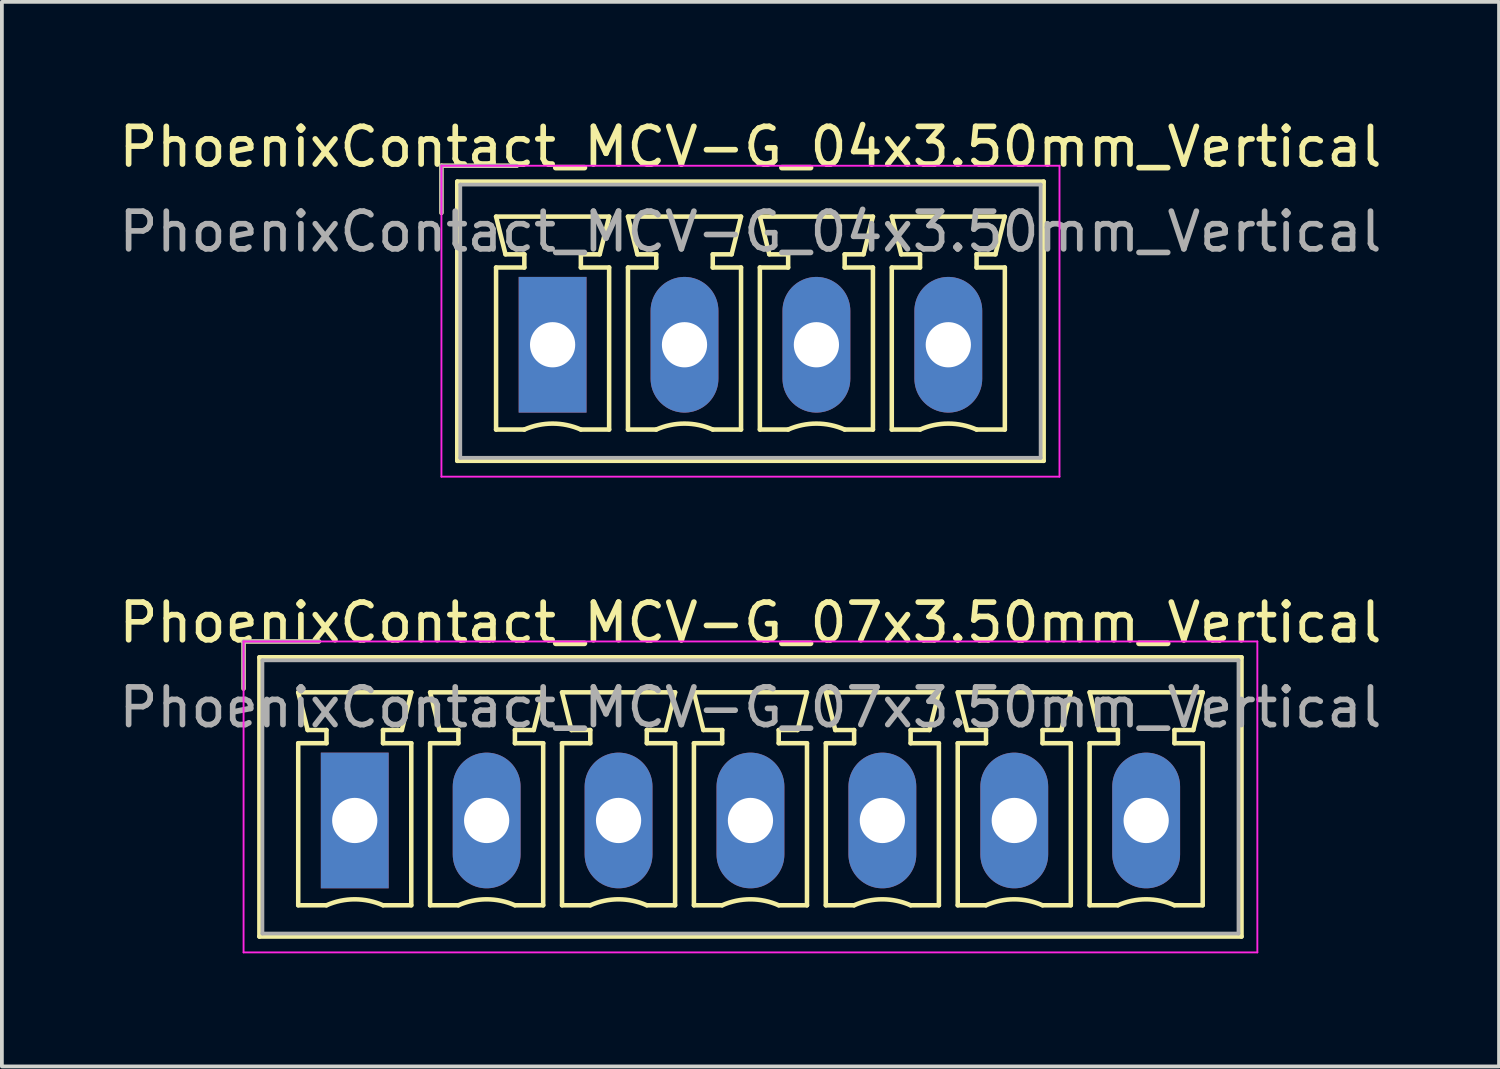
<source format=kicad_pcb>
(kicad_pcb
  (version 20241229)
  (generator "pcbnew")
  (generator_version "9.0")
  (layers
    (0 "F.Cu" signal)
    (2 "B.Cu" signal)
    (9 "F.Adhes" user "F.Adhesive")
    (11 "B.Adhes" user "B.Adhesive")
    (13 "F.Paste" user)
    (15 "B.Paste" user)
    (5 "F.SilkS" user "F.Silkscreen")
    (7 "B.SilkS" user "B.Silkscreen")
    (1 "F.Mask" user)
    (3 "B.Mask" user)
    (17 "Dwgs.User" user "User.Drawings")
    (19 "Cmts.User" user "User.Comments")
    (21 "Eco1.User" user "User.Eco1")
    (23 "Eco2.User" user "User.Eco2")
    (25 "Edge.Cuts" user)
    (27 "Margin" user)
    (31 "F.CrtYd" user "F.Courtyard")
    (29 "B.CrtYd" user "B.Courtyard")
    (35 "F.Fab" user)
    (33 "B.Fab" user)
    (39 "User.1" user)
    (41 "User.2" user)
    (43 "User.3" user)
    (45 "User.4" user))
  (footprint "PhoenixContact_MCV-G_07x3.50mm_Vertical"
    (layer "F.Cu")
    (at 6.363 18.721)
    (property "Reference" "PhoenixContact_MCV-G_07x3.50mm_Vertical" (at 10.5 -5.25 0) (layer "F.SilkS") (effects (font (size 1 1) (thickness 0.15))))
    (attr through_hole)
    (fp_line (start -2.95 -4.75) (end -0.95 -4.75) (stroke (width 0.12) (type solid)) (layer "F.SilkS"))
    (fp_line (start -2.95 -3.5) (end -2.95 -4.75) (stroke (width 0.12) (type solid)) (layer "F.SilkS"))
    (fp_line (start -2.53 -4.33) (end -2.53 3.08) (stroke (width 0.12) (type solid)) (layer "F.SilkS"))
    (fp_line (start -2.53 3.08) (end 23.53 3.08) (stroke (width 0.12) (type solid)) (layer "F.SilkS"))
    (fp_line (start -1.5 -3.4) (end 1.5 -3.4) (stroke (width 0.12) (type solid)) (layer "F.SilkS"))
    (fp_line (start -1.5 -2.05) (end -0.75 -2.05) (stroke (width 0.12) (type solid)) (layer "F.SilkS"))
    (fp_line (start -1.5 2.25) (end -1.5 -2.05) (stroke (width 0.12) (type solid)) (layer "F.SilkS"))
    (fp_line (start -1.25 -2.4) (end -1.5 -3.4) (stroke (width 0.12) (type solid)) (layer "F.SilkS"))
    (fp_line (start -0.75 -2.4) (end -1.25 -2.4) (stroke (width 0.12) (type solid)) (layer "F.SilkS"))
    (fp_line (start -0.75 -2.05) (end -0.75 -2.4) (stroke (width 0.12) (type solid)) (layer "F.SilkS"))
    (fp_line (start -0.75 2.25) (end -1.5 2.25) (stroke (width 0.12) (type solid)) (layer "F.SilkS"))
    (fp_line (start 0.75 -2.4) (end 0.75 -2.05) (stroke (width 0.12) (type solid)) (layer "F.SilkS"))
    (fp_line (start 0.75 -2.05) (end 1.5 -2.05) (stroke (width 0.12) (type solid)) (layer "F.SilkS"))
    (fp_line (start 1.25 -2.4) (end 0.75 -2.4) (stroke (width 0.12) (type solid)) (layer "F.SilkS"))
    (fp_line (start 1.5 -3.4) (end 1.25 -2.4) (stroke (width 0.12) (type solid)) (layer "F.SilkS"))
    (fp_line (start 1.5 -2.05) (end 1.5 2.25) (stroke (width 0.12) (type solid)) (layer "F.SilkS"))
    (fp_line (start 1.5 2.25) (end 0.75 2.25) (stroke (width 0.12) (type solid)) (layer "F.SilkS"))
    (fp_line (start 2 -3.4) (end 5 -3.4) (stroke (width 0.12) (type solid)) (layer "F.SilkS"))
    (fp_line (start 2 -2.05) (end 2.75 -2.05) (stroke (width 0.12) (type solid)) (layer "F.SilkS"))
    (fp_line (start 2 2.25) (end 2 -2.05) (stroke (width 0.12) (type solid)) (layer "F.SilkS"))
    (fp_line (start 2.25 -2.4) (end 2 -3.4) (stroke (width 0.12) (type solid)) (layer "F.SilkS"))
    (fp_line (start 2.75 -2.4) (end 2.25 -2.4) (stroke (width 0.12) (type solid)) (layer "F.SilkS"))
    (fp_line (start 2.75 -2.05) (end 2.75 -2.4) (stroke (width 0.12) (type solid)) (layer "F.SilkS"))
    (fp_line (start 2.75 2.25) (end 2 2.25) (stroke (width 0.12) (type solid)) (layer "F.SilkS"))
    (fp_line (start 4.25 -2.4) (end 4.25 -2.05) (stroke (width 0.12) (type solid)) (layer "F.SilkS"))
    (fp_line (start 4.25 -2.05) (end 5 -2.05) (stroke (width 0.12) (type solid)) (layer "F.SilkS"))
    (fp_line (start 4.75 -2.4) (end 4.25 -2.4) (stroke (width 0.12) (type solid)) (layer "F.SilkS"))
    (fp_line (start 5 -3.4) (end 4.75 -2.4) (stroke (width 0.12) (type solid)) (layer "F.SilkS"))
    (fp_line (start 5 -2.05) (end 5 2.25) (stroke (width 0.12) (type solid)) (layer "F.SilkS"))
    (fp_line (start 5 2.25) (end 4.25 2.25) (stroke (width 0.12) (type solid)) (layer "F.SilkS"))
    (fp_line (start 5.5 -3.4) (end 8.5 -3.4) (stroke (width 0.12) (type solid)) (layer "F.SilkS"))
    (fp_line (start 5.5 -2.05) (end 6.25 -2.05) (stroke (width 0.12) (type solid)) (layer "F.SilkS"))
    (fp_line (start 5.5 2.25) (end 5.5 -2.05) (stroke (width 0.12) (type solid)) (layer "F.SilkS"))
    (fp_line (start 5.75 -2.4) (end 5.5 -3.4) (stroke (width 0.12) (type solid)) (layer "F.SilkS"))
    (fp_line (start 6.25 -2.4) (end 5.75 -2.4) (stroke (width 0.12) (type solid)) (layer "F.SilkS"))
    (fp_line (start 6.25 -2.05) (end 6.25 -2.4) (stroke (width 0.12) (type solid)) (layer "F.SilkS"))
    (fp_line (start 6.25 2.25) (end 5.5 2.25) (stroke (width 0.12) (type solid)) (layer "F.SilkS"))
    (fp_line (start 7.75 -2.4) (end 7.75 -2.05) (stroke (width 0.12) (type solid)) (layer "F.SilkS"))
    (fp_line (start 7.75 -2.05) (end 8.5 -2.05) (stroke (width 0.12) (type solid)) (layer "F.SilkS"))
    (fp_line (start 8.25 -2.4) (end 7.75 -2.4) (stroke (width 0.12) (type solid)) (layer "F.SilkS"))
    (fp_line (start 8.5 -3.4) (end 8.25 -2.4) (stroke (width 0.12) (type solid)) (layer "F.SilkS"))
    (fp_line (start 8.5 -2.05) (end 8.5 2.25) (stroke (width 0.12) (type solid)) (layer "F.SilkS"))
    (fp_line (start 8.5 2.25) (end 7.75 2.25) (stroke (width 0.12) (type solid)) (layer "F.SilkS"))
    (fp_line (start 9 -3.4) (end 12 -3.4) (stroke (width 0.12) (type solid)) (layer "F.SilkS"))
    (fp_line (start 9 -2.05) (end 9.75 -2.05) (stroke (width 0.12) (type solid)) (layer "F.SilkS"))
    (fp_line (start 9 2.25) (end 9 -2.05) (stroke (width 0.12) (type solid)) (layer "F.SilkS"))
    (fp_line (start 9.25 -2.4) (end 9 -3.4) (stroke (width 0.12) (type solid)) (layer "F.SilkS"))
    (fp_line (start 9.75 -2.4) (end 9.25 -2.4) (stroke (width 0.12) (type solid)) (layer "F.SilkS"))
    (fp_line (start 9.75 -2.05) (end 9.75 -2.4) (stroke (width 0.12) (type solid)) (layer "F.SilkS"))
    (fp_line (start 9.75 2.25) (end 9 2.25) (stroke (width 0.12) (type solid)) (layer "F.SilkS"))
    (fp_line (start 11.25 -2.4) (end 11.25 -2.05) (stroke (width 0.12) (type solid)) (layer "F.SilkS"))
    (fp_line (start 11.25 -2.05) (end 12 -2.05) (stroke (width 0.12) (type solid)) (layer "F.SilkS"))
    (fp_line (start 11.75 -2.4) (end 11.25 -2.4) (stroke (width 0.12) (type solid)) (layer "F.SilkS"))
    (fp_line (start 12 -3.4) (end 11.75 -2.4) (stroke (width 0.12) (type solid)) (layer "F.SilkS"))
    (fp_line (start 12 -2.05) (end 12 2.25) (stroke (width 0.12) (type solid)) (layer "F.SilkS"))
    (fp_line (start 12 2.25) (end 11.25 2.25) (stroke (width 0.12) (type solid)) (layer "F.SilkS"))
    (fp_line (start 12.5 -3.4) (end 15.5 -3.4) (stroke (width 0.12) (type solid)) (layer "F.SilkS"))
    (fp_line (start 12.5 -2.05) (end 13.25 -2.05) (stroke (width 0.12) (type solid)) (layer "F.SilkS"))
    (fp_line (start 12.5 2.25) (end 12.5 -2.05) (stroke (width 0.12) (type solid)) (layer "F.SilkS"))
    (fp_line (start 12.75 -2.4) (end 12.5 -3.4) (stroke (width 0.12) (type solid)) (layer "F.SilkS"))
    (fp_line (start 13.25 -2.4) (end 12.75 -2.4) (stroke (width 0.12) (type solid)) (layer "F.SilkS"))
    (fp_line (start 13.25 -2.05) (end 13.25 -2.4) (stroke (width 0.12) (type solid)) (layer "F.SilkS"))
    (fp_line (start 13.25 2.25) (end 12.5 2.25) (stroke (width 0.12) (type solid)) (layer "F.SilkS"))
    (fp_line (start 14.75 -2.4) (end 14.75 -2.05) (stroke (width 0.12) (type solid)) (layer "F.SilkS"))
    (fp_line (start 14.75 -2.05) (end 15.5 -2.05) (stroke (width 0.12) (type solid)) (layer "F.SilkS"))
    (fp_line (start 15.25 -2.4) (end 14.75 -2.4) (stroke (width 0.12) (type solid)) (layer "F.SilkS"))
    (fp_line (start 15.5 -3.4) (end 15.25 -2.4) (stroke (width 0.12) (type solid)) (layer "F.SilkS"))
    (fp_line (start 15.5 -2.05) (end 15.5 2.25) (stroke (width 0.12) (type solid)) (layer "F.SilkS"))
    (fp_line (start 15.5 2.25) (end 14.75 2.25) (stroke (width 0.12) (type solid)) (layer "F.SilkS"))
    (fp_line (start 16 -3.4) (end 19 -3.4) (stroke (width 0.12) (type solid)) (layer "F.SilkS"))
    (fp_line (start 16 -2.05) (end 16.75 -2.05) (stroke (width 0.12) (type solid)) (layer "F.SilkS"))
    (fp_line (start 16 2.25) (end 16 -2.05) (stroke (width 0.12) (type solid)) (layer "F.SilkS"))
    (fp_line (start 16.25 -2.4) (end 16 -3.4) (stroke (width 0.12) (type solid)) (layer "F.SilkS"))
    (fp_line (start 16.75 -2.4) (end 16.25 -2.4) (stroke (width 0.12) (type solid)) (layer "F.SilkS"))
    (fp_line (start 16.75 -2.05) (end 16.75 -2.4) (stroke (width 0.12) (type solid)) (layer "F.SilkS"))
    (fp_line (start 16.75 2.25) (end 16 2.25) (stroke (width 0.12) (type solid)) (layer "F.SilkS"))
    (fp_line (start 18.25 -2.4) (end 18.25 -2.05) (stroke (width 0.12) (type solid)) (layer "F.SilkS"))
    (fp_line (start 18.25 -2.05) (end 19 -2.05) (stroke (width 0.12) (type solid)) (layer "F.SilkS"))
    (fp_line (start 18.75 -2.4) (end 18.25 -2.4) (stroke (width 0.12) (type solid)) (layer "F.SilkS"))
    (fp_line (start 19 -3.4) (end 18.75 -2.4) (stroke (width 0.12) (type solid)) (layer "F.SilkS"))
    (fp_line (start 19 -2.05) (end 19 2.25) (stroke (width 0.12) (type solid)) (layer "F.SilkS"))
    (fp_line (start 19 2.25) (end 18.25 2.25) (stroke (width 0.12) (type solid)) (layer "F.SilkS"))
    (fp_line (start 19.5 -3.4) (end 22.5 -3.4) (stroke (width 0.12) (type solid)) (layer "F.SilkS"))
    (fp_line (start 19.5 -2.05) (end 20.25 -2.05) (stroke (width 0.12) (type solid)) (layer "F.SilkS"))
    (fp_line (start 19.5 2.25) (end 19.5 -2.05) (stroke (width 0.12) (type solid)) (layer "F.SilkS"))
    (fp_line (start 19.75 -2.4) (end 19.5 -3.4) (stroke (width 0.12) (type solid)) (layer "F.SilkS"))
    (fp_line (start 20.25 -2.4) (end 19.75 -2.4) (stroke (width 0.12) (type solid)) (layer "F.SilkS"))
    (fp_line (start 20.25 -2.05) (end 20.25 -2.4) (stroke (width 0.12) (type solid)) (layer "F.SilkS"))
    (fp_line (start 20.25 2.25) (end 19.5 2.25) (stroke (width 0.12) (type solid)) (layer "F.SilkS"))
    (fp_line (start 21.75 -2.4) (end 21.75 -2.05) (stroke (width 0.12) (type solid)) (layer "F.SilkS"))
    (fp_line (start 21.75 -2.05) (end 22.5 -2.05) (stroke (width 0.12) (type solid)) (layer "F.SilkS"))
    (fp_line (start 22.25 -2.4) (end 21.75 -2.4) (stroke (width 0.12) (type solid)) (layer "F.SilkS"))
    (fp_line (start 22.5 -3.4) (end 22.25 -2.4) (stroke (width 0.12) (type solid)) (layer "F.SilkS"))
    (fp_line (start 22.5 -2.05) (end 22.5 2.25) (stroke (width 0.12) (type solid)) (layer "F.SilkS"))
    (fp_line (start 22.5 2.25) (end 21.75 2.25) (stroke (width 0.12) (type solid)) (layer "F.SilkS"))
    (fp_line (start 23.53 -4.33) (end -2.53 -4.33) (stroke (width 0.12) (type solid)) (layer "F.SilkS"))
    (fp_line (start 23.53 3.08) (end 23.53 -4.33) (stroke (width 0.12) (type solid)) (layer "F.SilkS"))
    (fp_arc (start -0.75 2.25) (mid -0.000193 2.09191) (end 0.749647 2.249844) (stroke (width 0.12) (type solid)) (layer "F.SilkS"))
    (fp_arc (start 2.75 2.25) (mid 3.499807 2.09191) (end 4.249647 2.249844) (stroke (width 0.12) (type solid)) (layer "F.SilkS"))
    (fp_arc (start 6.25 2.25) (mid 6.999807 2.09191) (end 7.749647 2.249844) (stroke (width 0.12) (type solid)) (layer "F.SilkS"))
    (fp_arc (start 9.75 2.25) (mid 10.499807 2.09191) (end 11.249647 2.249844) (stroke (width 0.12) (type solid)) (layer "F.SilkS"))
    (fp_arc (start 13.25 2.25) (mid 13.999807 2.09191) (end 14.749647 2.249844) (stroke (width 0.12) (type solid)) (layer "F.SilkS"))
    (fp_arc (start 16.75 2.25) (mid 17.499807 2.09191) (end 18.249647 2.249844) (stroke (width 0.12) (type solid)) (layer "F.SilkS"))
    (fp_arc (start 20.25 2.25) (mid 20.999807 2.09191) (end 21.749647 2.249844) (stroke (width 0.12) (type solid)) (layer "F.SilkS"))
    (fp_line (start -2.95 -4.75) (end -2.95 3.5) (stroke (width 0.05) (type solid)) (layer "F.CrtYd"))
    (fp_line (start -2.95 3.5) (end 23.95 3.5) (stroke (width 0.05) (type solid)) (layer "F.CrtYd"))
    (fp_line (start 23.95 -4.75) (end -2.95 -4.75) (stroke (width 0.05) (type solid)) (layer "F.CrtYd"))
    (fp_line (start 23.95 3.5) (end 23.95 -4.75) (stroke (width 0.05) (type solid)) (layer "F.CrtYd"))
    (fp_line (start -2.95 -4.75) (end -0.95 -4.75) (stroke (width 0.1) (type solid)) (layer "F.Fab"))
    (fp_line (start -2.95 -3.5) (end -2.95 -4.75) (stroke (width 0.1) (type solid)) (layer "F.Fab"))
    (fp_line (start -2.45 -4.25) (end -2.45 3) (stroke (width 0.1) (type solid)) (layer "F.Fab"))
    (fp_line (start -2.45 3) (end 23.45 3) (stroke (width 0.1) (type solid)) (layer "F.Fab"))
    (fp_line (start 23.45 -4.25) (end -2.45 -4.25) (stroke (width 0.1) (type solid)) (layer "F.Fab"))
    (fp_line (start 23.45 3) (end 23.45 -4.25) (stroke (width 0.1) (type solid)) (layer "F.Fab"))
    (fp_text user "${REFERENCE}" (at 10.5 -3 0) (layer "F.Fab") (effects (font (size 1 1) (thickness 0.15))))
    (pad "1" thru_hole rect (at 0 0) (size 1.8 3.6) (drill 1.2) (layers "*.Cu" "*.Mask"))
    (pad "2" thru_hole oval (at 3.5 0) (size 1.8 3.6) (drill 1.2) (layers "*.Cu" "*.Mask"))
    (pad "3" thru_hole oval (at 7 0) (size 1.8 3.6) (drill 1.2) (layers "*.Cu" "*.Mask"))
    (pad "4" thru_hole oval (at 10.5 0) (size 1.8 3.6) (drill 1.2) (layers "*.Cu" "*.Mask"))
    (pad "5" thru_hole oval (at 14 0) (size 1.8 3.6) (drill 1.2) (layers "*.Cu" "*.Mask"))
    (pad "6" thru_hole oval (at 17.5 0) (size 1.8 3.6) (drill 1.2) (layers "*.Cu" "*.Mask"))
    (pad "7" thru_hole oval (at 21 0) (size 1.8 3.6) (drill 1.2) (layers "*.Cu" "*.Mask")))
  (footprint "PhoenixContact_MCV-G_04x3.50mm_Vertical"
    (layer "F.Cu")
    (at 11.613 6.098)
    (property "Reference" "PhoenixContact_MCV-G_04x3.50mm_Vertical" (at 5.25 -5.25 0) (layer "F.SilkS") (effects (font (size 1 1) (thickness 0.15))))
    (attr through_hole)
    (fp_line (start -2.95 -4.75) (end -0.95 -4.75) (stroke (width 0.12) (type solid)) (layer "F.SilkS"))
    (fp_line (start -2.95 -3.5) (end -2.95 -4.75) (stroke (width 0.12) (type solid)) (layer "F.SilkS"))
    (fp_line (start -2.53 -4.33) (end -2.53 3.08) (stroke (width 0.12) (type solid)) (layer "F.SilkS"))
    (fp_line (start -2.53 3.08) (end 13.03 3.08) (stroke (width 0.12) (type solid)) (layer "F.SilkS"))
    (fp_line (start -1.5 -3.4) (end 1.5 -3.4) (stroke (width 0.12) (type solid)) (layer "F.SilkS"))
    (fp_line (start -1.5 -2.05) (end -0.75 -2.05) (stroke (width 0.12) (type solid)) (layer "F.SilkS"))
    (fp_line (start -1.5 2.25) (end -1.5 -2.05) (stroke (width 0.12) (type solid)) (layer "F.SilkS"))
    (fp_line (start -1.25 -2.4) (end -1.5 -3.4) (stroke (width 0.12) (type solid)) (layer "F.SilkS"))
    (fp_line (start -0.75 -2.4) (end -1.25 -2.4) (stroke (width 0.12) (type solid)) (layer "F.SilkS"))
    (fp_line (start -0.75 -2.05) (end -0.75 -2.4) (stroke (width 0.12) (type solid)) (layer "F.SilkS"))
    (fp_line (start -0.75 2.25) (end -1.5 2.25) (stroke (width 0.12) (type solid)) (layer "F.SilkS"))
    (fp_line (start 0.75 -2.4) (end 0.75 -2.05) (stroke (width 0.12) (type solid)) (layer "F.SilkS"))
    (fp_line (start 0.75 -2.05) (end 1.5 -2.05) (stroke (width 0.12) (type solid)) (layer "F.SilkS"))
    (fp_line (start 1.25 -2.4) (end 0.75 -2.4) (stroke (width 0.12) (type solid)) (layer "F.SilkS"))
    (fp_line (start 1.5 -3.4) (end 1.25 -2.4) (stroke (width 0.12) (type solid)) (layer "F.SilkS"))
    (fp_line (start 1.5 -2.05) (end 1.5 2.25) (stroke (width 0.12) (type solid)) (layer "F.SilkS"))
    (fp_line (start 1.5 2.25) (end 0.75 2.25) (stroke (width 0.12) (type solid)) (layer "F.SilkS"))
    (fp_line (start 2 -3.4) (end 5 -3.4) (stroke (width 0.12) (type solid)) (layer "F.SilkS"))
    (fp_line (start 2 -2.05) (end 2.75 -2.05) (stroke (width 0.12) (type solid)) (layer "F.SilkS"))
    (fp_line (start 2 2.25) (end 2 -2.05) (stroke (width 0.12) (type solid)) (layer "F.SilkS"))
    (fp_line (start 2.25 -2.4) (end 2 -3.4) (stroke (width 0.12) (type solid)) (layer "F.SilkS"))
    (fp_line (start 2.75 -2.4) (end 2.25 -2.4) (stroke (width 0.12) (type solid)) (layer "F.SilkS"))
    (fp_line (start 2.75 -2.05) (end 2.75 -2.4) (stroke (width 0.12) (type solid)) (layer "F.SilkS"))
    (fp_line (start 2.75 2.25) (end 2 2.25) (stroke (width 0.12) (type solid)) (layer "F.SilkS"))
    (fp_line (start 4.25 -2.4) (end 4.25 -2.05) (stroke (width 0.12) (type solid)) (layer "F.SilkS"))
    (fp_line (start 4.25 -2.05) (end 5 -2.05) (stroke (width 0.12) (type solid)) (layer "F.SilkS"))
    (fp_line (start 4.75 -2.4) (end 4.25 -2.4) (stroke (width 0.12) (type solid)) (layer "F.SilkS"))
    (fp_line (start 5 -3.4) (end 4.75 -2.4) (stroke (width 0.12) (type solid)) (layer "F.SilkS"))
    (fp_line (start 5 -2.05) (end 5 2.25) (stroke (width 0.12) (type solid)) (layer "F.SilkS"))
    (fp_line (start 5 2.25) (end 4.25 2.25) (stroke (width 0.12) (type solid)) (layer "F.SilkS"))
    (fp_line (start 5.5 -3.4) (end 8.5 -3.4) (stroke (width 0.12) (type solid)) (layer "F.SilkS"))
    (fp_line (start 5.5 -2.05) (end 6.25 -2.05) (stroke (width 0.12) (type solid)) (layer "F.SilkS"))
    (fp_line (start 5.5 2.25) (end 5.5 -2.05) (stroke (width 0.12) (type solid)) (layer "F.SilkS"))
    (fp_line (start 5.75 -2.4) (end 5.5 -3.4) (stroke (width 0.12) (type solid)) (layer "F.SilkS"))
    (fp_line (start 6.25 -2.4) (end 5.75 -2.4) (stroke (width 0.12) (type solid)) (layer "F.SilkS"))
    (fp_line (start 6.25 -2.05) (end 6.25 -2.4) (stroke (width 0.12) (type solid)) (layer "F.SilkS"))
    (fp_line (start 6.25 2.25) (end 5.5 2.25) (stroke (width 0.12) (type solid)) (layer "F.SilkS"))
    (fp_line (start 7.75 -2.4) (end 7.75 -2.05) (stroke (width 0.12) (type solid)) (layer "F.SilkS"))
    (fp_line (start 7.75 -2.05) (end 8.5 -2.05) (stroke (width 0.12) (type solid)) (layer "F.SilkS"))
    (fp_line (start 8.25 -2.4) (end 7.75 -2.4) (stroke (width 0.12) (type solid)) (layer "F.SilkS"))
    (fp_line (start 8.5 -3.4) (end 8.25 -2.4) (stroke (width 0.12) (type solid)) (layer "F.SilkS"))
    (fp_line (start 8.5 -2.05) (end 8.5 2.25) (stroke (width 0.12) (type solid)) (layer "F.SilkS"))
    (fp_line (start 8.5 2.25) (end 7.75 2.25) (stroke (width 0.12) (type solid)) (layer "F.SilkS"))
    (fp_line (start 9 -3.4) (end 12 -3.4) (stroke (width 0.12) (type solid)) (layer "F.SilkS"))
    (fp_line (start 9 -2.05) (end 9.75 -2.05) (stroke (width 0.12) (type solid)) (layer "F.SilkS"))
    (fp_line (start 9 2.25) (end 9 -2.05) (stroke (width 0.12) (type solid)) (layer "F.SilkS"))
    (fp_line (start 9.25 -2.4) (end 9 -3.4) (stroke (width 0.12) (type solid)) (layer "F.SilkS"))
    (fp_line (start 9.75 -2.4) (end 9.25 -2.4) (stroke (width 0.12) (type solid)) (layer "F.SilkS"))
    (fp_line (start 9.75 -2.05) (end 9.75 -2.4) (stroke (width 0.12) (type solid)) (layer "F.SilkS"))
    (fp_line (start 9.75 2.25) (end 9 2.25) (stroke (width 0.12) (type solid)) (layer "F.SilkS"))
    (fp_line (start 11.25 -2.4) (end 11.25 -2.05) (stroke (width 0.12) (type solid)) (layer "F.SilkS"))
    (fp_line (start 11.25 -2.05) (end 12 -2.05) (stroke (width 0.12) (type solid)) (layer "F.SilkS"))
    (fp_line (start 11.75 -2.4) (end 11.25 -2.4) (stroke (width 0.12) (type solid)) (layer "F.SilkS"))
    (fp_line (start 12 -3.4) (end 11.75 -2.4) (stroke (width 0.12) (type solid)) (layer "F.SilkS"))
    (fp_line (start 12 -2.05) (end 12 2.25) (stroke (width 0.12) (type solid)) (layer "F.SilkS"))
    (fp_line (start 12 2.25) (end 11.25 2.25) (stroke (width 0.12) (type solid)) (layer "F.SilkS"))
    (fp_line (start 13.03 -4.33) (end -2.53 -4.33) (stroke (width 0.12) (type solid)) (layer "F.SilkS"))
    (fp_line (start 13.03 3.08) (end 13.03 -4.33) (stroke (width 0.12) (type solid)) (layer "F.SilkS"))
    (fp_arc (start -0.75 2.25) (mid -0.000193 2.09191) (end 0.749647 2.249844) (stroke (width 0.12) (type solid)) (layer "F.SilkS"))
    (fp_arc (start 2.75 2.25) (mid 3.499807 2.09191) (end 4.249647 2.249844) (stroke (width 0.12) (type solid)) (layer "F.SilkS"))
    (fp_arc (start 6.25 2.25) (mid 6.999807 2.09191) (end 7.749647 2.249844) (stroke (width 0.12) (type solid)) (layer "F.SilkS"))
    (fp_arc (start 9.75 2.25) (mid 10.499807 2.09191) (end 11.249647 2.249844) (stroke (width 0.12) (type solid)) (layer "F.SilkS"))
    (fp_line (start -2.95 -4.75) (end -2.95 3.5) (stroke (width 0.05) (type solid)) (layer "F.CrtYd"))
    (fp_line (start -2.95 3.5) (end 13.45 3.5) (stroke (width 0.05) (type solid)) (layer "F.CrtYd"))
    (fp_line (start 13.45 -4.75) (end -2.95 -4.75) (stroke (width 0.05) (type solid)) (layer "F.CrtYd"))
    (fp_line (start 13.45 3.5) (end 13.45 -4.75) (stroke (width 0.05) (type solid)) (layer "F.CrtYd"))
    (fp_line (start -2.95 -4.75) (end -0.95 -4.75) (stroke (width 0.1) (type solid)) (layer "F.Fab"))
    (fp_line (start -2.95 -3.5) (end -2.95 -4.75) (stroke (width 0.1) (type solid)) (layer "F.Fab"))
    (fp_line (start -2.45 -4.25) (end -2.45 3) (stroke (width 0.1) (type solid)) (layer "F.Fab"))
    (fp_line (start -2.45 3) (end 12.95 3) (stroke (width 0.1) (type solid)) (layer "F.Fab"))
    (fp_line (start 12.95 -4.25) (end -2.45 -4.25) (stroke (width 0.1) (type solid)) (layer "F.Fab"))
    (fp_line (start 12.95 3) (end 12.95 -4.25) (stroke (width 0.1) (type solid)) (layer "F.Fab"))
    (fp_text user "${REFERENCE}" (at 5.25 -3 0) (layer "F.Fab") (effects (font (size 1 1) (thickness 0.15))))
    (pad "1" thru_hole rect (at 0 0) (size 1.8 3.6) (drill 1.2) (layers "*.Cu" "*.Mask"))
    (pad "2" thru_hole oval (at 3.5 0) (size 1.8 3.6) (drill 1.2) (layers "*.Cu" "*.Mask"))
    (pad "3" thru_hole oval (at 7 0) (size 1.8 3.6) (drill 1.2) (layers "*.Cu" "*.Mask"))
    (pad "4" thru_hole oval (at 10.5 0) (size 1.8 3.6) (drill 1.2) (layers "*.Cu" "*.Mask")))
  (gr_rect
    (start -3 -3)
    (end 36.726 25.247)
    (stroke (width 0.1) (type default))
    (fill no)
    (layer "Edge.Cuts")))
</source>
